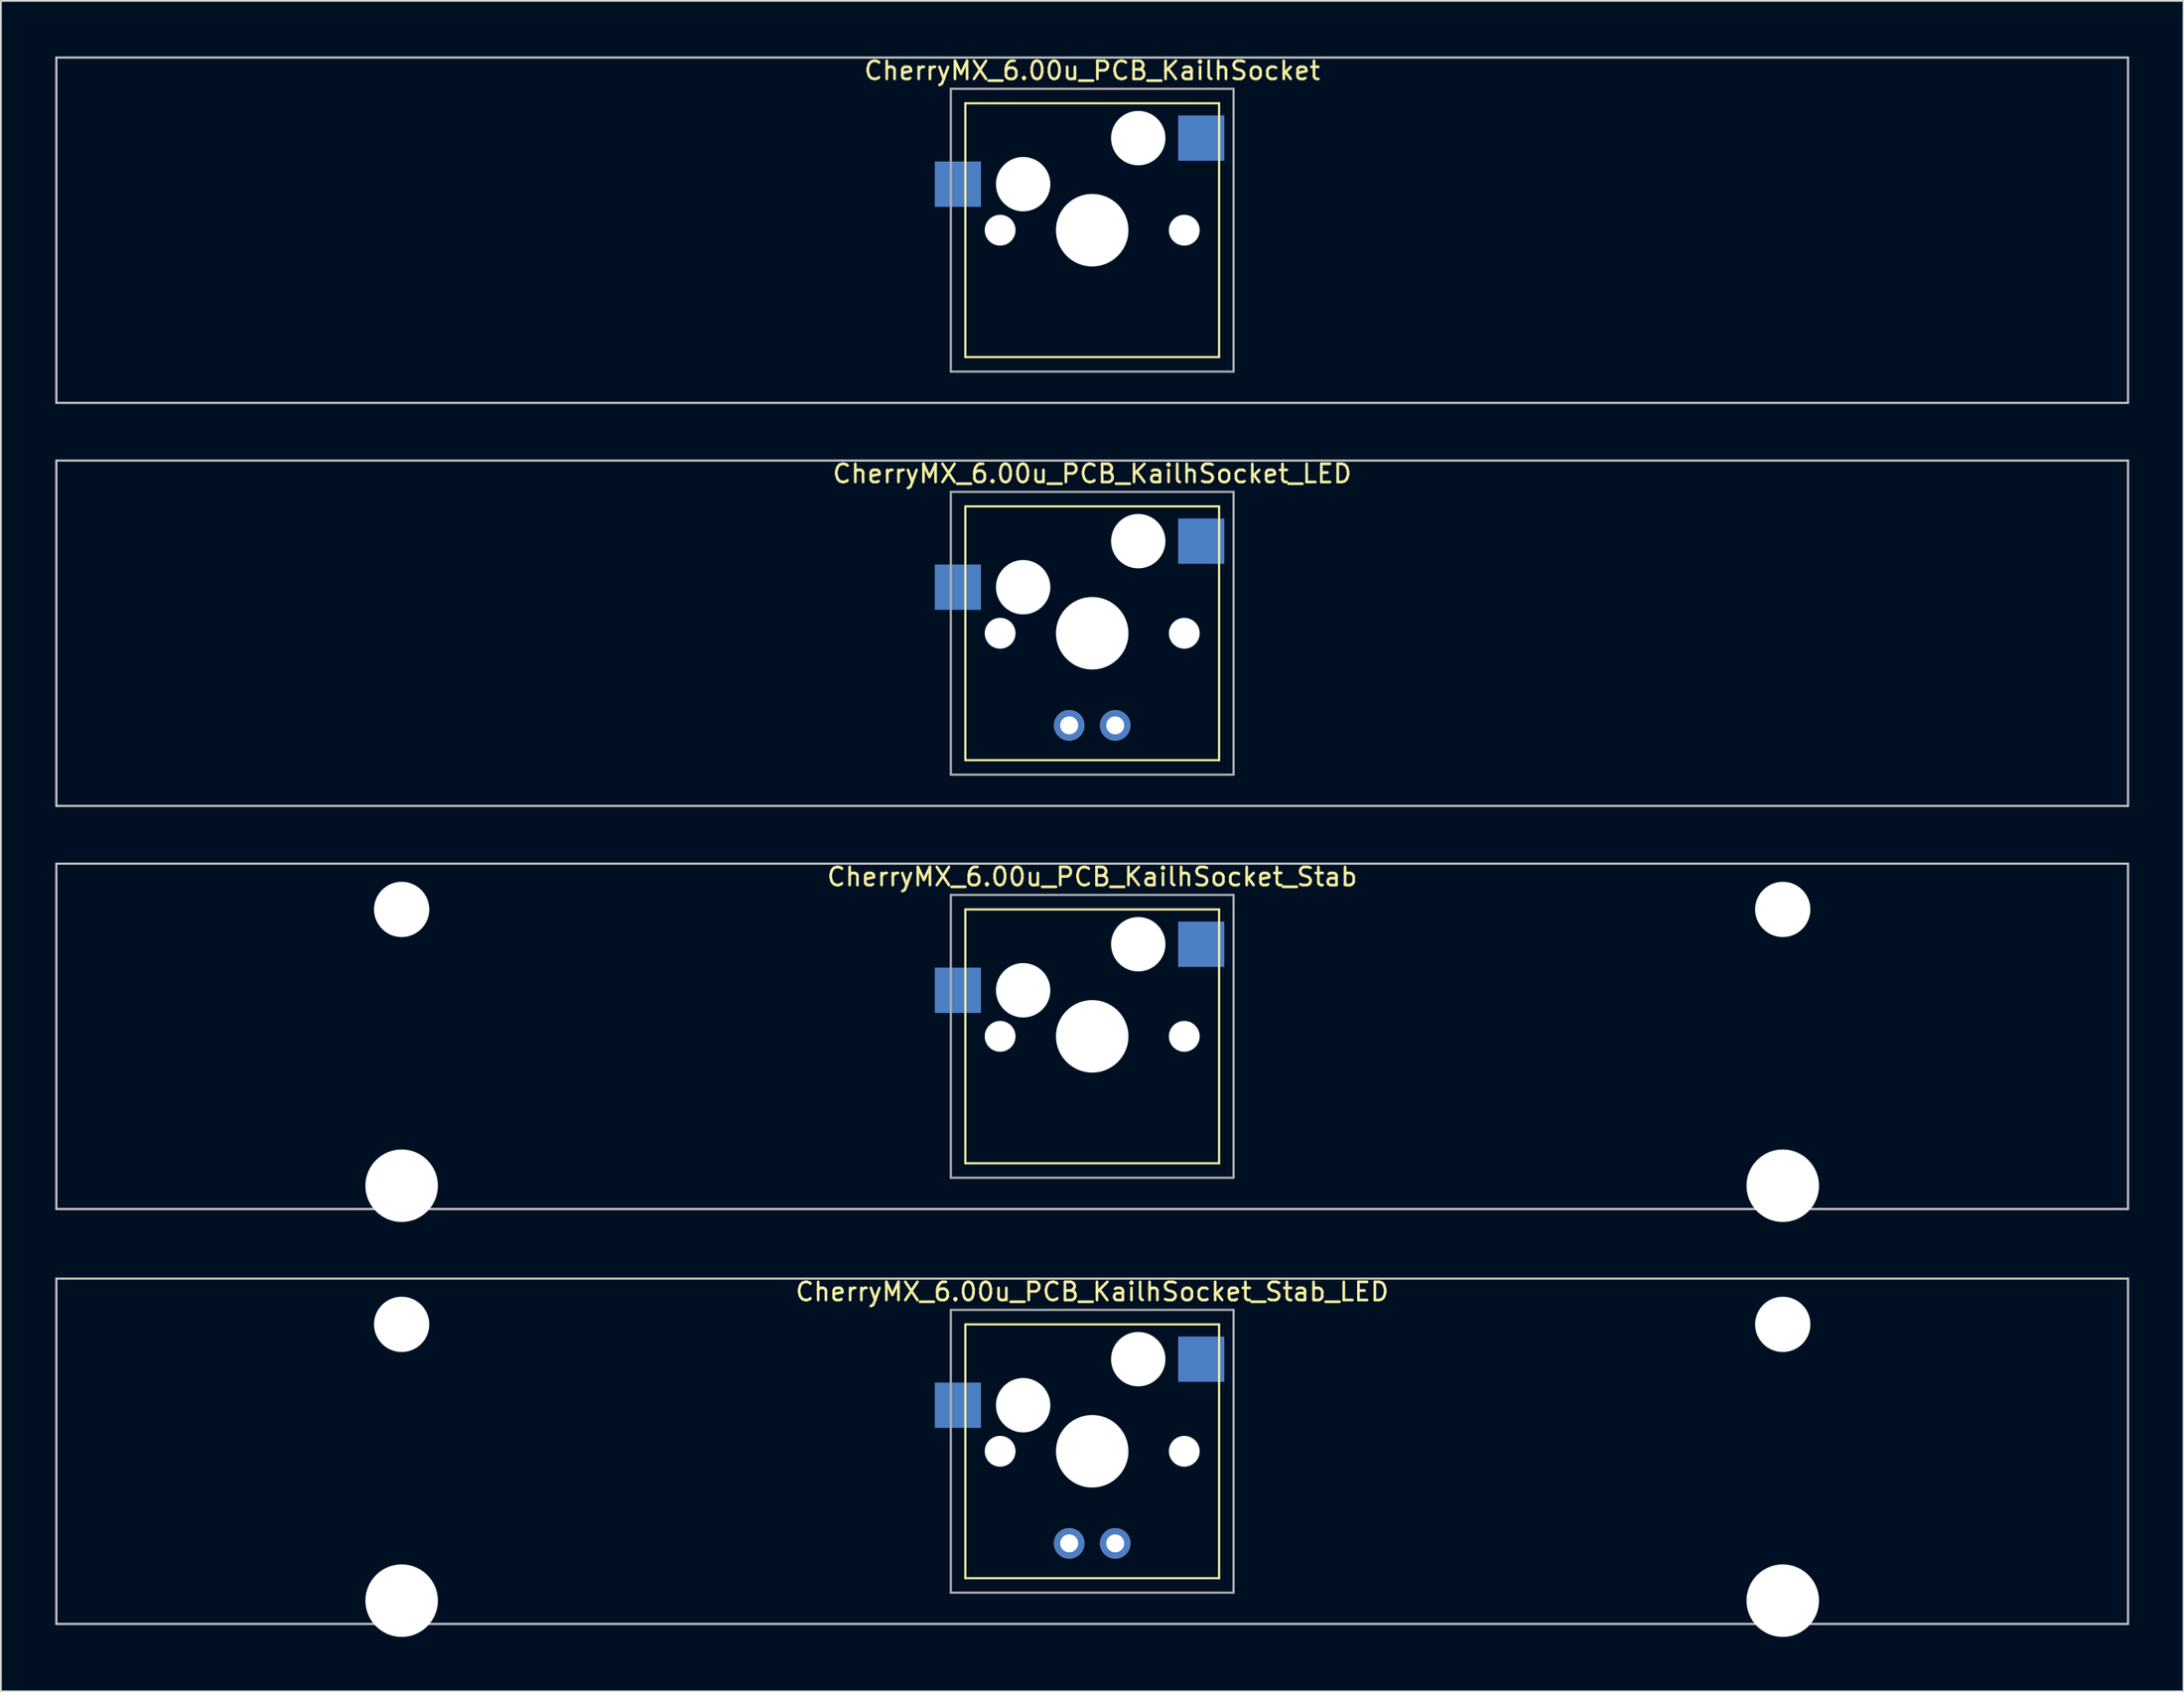
<source format=kicad_pcb>
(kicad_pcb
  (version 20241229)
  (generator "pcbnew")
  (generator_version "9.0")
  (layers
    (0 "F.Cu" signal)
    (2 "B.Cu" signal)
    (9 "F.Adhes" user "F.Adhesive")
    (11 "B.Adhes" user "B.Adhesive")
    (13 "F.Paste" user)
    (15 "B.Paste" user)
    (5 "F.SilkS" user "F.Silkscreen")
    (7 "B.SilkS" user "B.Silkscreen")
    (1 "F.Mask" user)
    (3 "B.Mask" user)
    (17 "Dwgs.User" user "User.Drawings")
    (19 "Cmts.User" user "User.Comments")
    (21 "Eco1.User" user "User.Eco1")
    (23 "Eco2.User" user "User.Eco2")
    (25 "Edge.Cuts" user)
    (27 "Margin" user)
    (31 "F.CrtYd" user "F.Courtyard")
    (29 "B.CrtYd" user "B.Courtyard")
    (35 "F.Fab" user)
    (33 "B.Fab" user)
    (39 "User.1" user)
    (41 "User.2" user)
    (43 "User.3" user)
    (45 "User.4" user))
  (footprint "CherryMX_6.00u_PCB_KailhSocket_LED"
    (layer "F.Cu")
    (at 57.21 31.881)
    (property "Reference" "CherryMX_6.00u_PCB_KailhSocket_LED" (at 0 -8.8 0) (layer "F.SilkS") (effects (font (size 1 1) (thickness 0.15))))
    (attr through_hole)
    (fp_line (start -7 -7) (end -7 7) (stroke (width 0.12) (type solid)) (layer "F.SilkS"))
    (fp_line (start -7 -7) (end 7 -7) (stroke (width 0.12) (type solid)) (layer "F.SilkS"))
    (fp_line (start 7 -7) (end 7 7) (stroke (width 0.12) (type solid)) (layer "F.SilkS"))
    (fp_line (start 7 7) (end -7 7) (stroke (width 0.12) (type solid)) (layer "F.SilkS"))
    (fp_line (start -57.15 -9.525) (end 57.15 -9.525) (stroke (width 0.12) (type solid)) (layer "Dwgs.User"))
    (fp_line (start -57.15 9.525) (end -57.15 -9.525) (stroke (width 0.12) (type solid)) (layer "Dwgs.User"))
    (fp_line (start 57.15 -9.525) (end 57.15 9.525) (stroke (width 0.12) (type solid)) (layer "Dwgs.User"))
    (fp_line (start 57.15 9.525) (end -57.15 9.525) (stroke (width 0.12) (type solid)) (layer "Dwgs.User"))
    (fp_line (start -7.8 -7.8) (end -7.8 7.8) (stroke (width 0.12) (type solid)) (layer "F.Fab"))
    (fp_line (start -7.8 -7.8) (end 7.8 -7.8) (stroke (width 0.12) (type solid)) (layer "F.Fab"))
    (fp_line (start -7.8 7.8) (end 7.8 7.8) (stroke (width 0.12) (type solid)) (layer "F.Fab"))
    (fp_line (start 7.8 -7.8) (end 7.8 7.8) (stroke (width 0.12) (type solid)) (layer "F.Fab"))
    (pad "" np_thru_hole circle (at -5.08 0) (size 1.7 1.7) (drill 1.7) (layers "*.Cu" "*.Mask"))
    (pad "" np_thru_hole circle (at -3.81 -2.54) (size 3 3) (drill 3) (layers "*.Cu" "*.Mask"))
    (pad "" np_thru_hole circle (at 0 0) (size 4 4) (drill 4) (layers "*.Cu" "*.Mask"))
    (pad "" np_thru_hole circle (at 2.54 -5.08) (size 3 3) (drill 3) (layers "*.Cu" "*.Mask"))
    (pad "" np_thru_hole circle (at 5.08 0) (size 1.7 1.7) (drill 1.7) (layers "*.Cu" "*.Mask"))
    (pad "1" smd rect (at -7.41 -2.54) (size 2.55 2.5) (layers "B.Cu" "B.Mask" "B.Paste"))
    (pad "2" smd rect (at 6.015 -5.08) (size 2.55 2.5) (layers "B.Cu" "B.Mask" "B.Paste"))
    (pad "3" thru_hole circle (at -1.27 5.08) (size 1.691 1.691) (drill 0.991) (layers "*.Cu" "*.Mask"))
    (pad "4" thru_hole circle (at 1.27 5.08) (size 1.691 1.691) (drill 0.991) (layers "*.Cu" "*.Mask")))
  (footprint "CherryMX_6.00u_PCB_KailhSocket_Stab_LED"
    (layer "F.Cu")
    (at 57.21 77.003)
    (property "Reference" "CherryMX_6.00u_PCB_KailhSocket_Stab_LED" (at 0 -8.8 0) (layer "F.SilkS") (effects (font (size 1 1) (thickness 0.15))))
    (attr through_hole)
    (fp_line (start -7 -7) (end -7 7) (stroke (width 0.12) (type solid)) (layer "F.SilkS"))
    (fp_line (start -7 -7) (end 7 -7) (stroke (width 0.12) (type solid)) (layer "F.SilkS"))
    (fp_line (start 7 -7) (end 7 7) (stroke (width 0.12) (type solid)) (layer "F.SilkS"))
    (fp_line (start 7 7) (end -7 7) (stroke (width 0.12) (type solid)) (layer "F.SilkS"))
    (fp_line (start -57.15 -9.525) (end 57.15 -9.525) (stroke (width 0.12) (type solid)) (layer "Dwgs.User"))
    (fp_line (start -57.15 9.525) (end -57.15 -9.525) (stroke (width 0.12) (type solid)) (layer "Dwgs.User"))
    (fp_line (start 57.15 -9.525) (end 57.15 9.525) (stroke (width 0.12) (type solid)) (layer "Dwgs.User"))
    (fp_line (start 57.15 9.525) (end -57.15 9.525) (stroke (width 0.12) (type solid)) (layer "Dwgs.User"))
    (fp_line (start -7.8 -7.8) (end -7.8 7.8) (stroke (width 0.12) (type solid)) (layer "F.Fab"))
    (fp_line (start -7.8 -7.8) (end 7.8 -7.8) (stroke (width 0.12) (type solid)) (layer "F.Fab"))
    (fp_line (start -7.8 7.8) (end 7.8 7.8) (stroke (width 0.12) (type solid)) (layer "F.Fab"))
    (fp_line (start 7.8 -7.8) (end 7.8 7.8) (stroke (width 0.12) (type solid)) (layer "F.Fab"))
    (pad "" np_thru_hole circle (at -38.1 -7) (size 3.05 3.05) (drill 3.05) (layers "*.Cu" "*.Mask"))
    (pad "" np_thru_hole circle (at -38.1 8.24) (size 4 4) (drill 4) (layers "*.Cu" "*.Mask"))
    (pad "" np_thru_hole circle (at -5.08 0) (size 1.7 1.7) (drill 1.7) (layers "*.Cu" "*.Mask"))
    (pad "" np_thru_hole circle (at -3.81 -2.54) (size 3 3) (drill 3) (layers "*.Cu" "*.Mask"))
    (pad "" np_thru_hole circle (at 0 0) (size 4 4) (drill 4) (layers "*.Cu" "*.Mask"))
    (pad "" np_thru_hole circle (at 2.54 -5.08) (size 3 3) (drill 3) (layers "*.Cu" "*.Mask"))
    (pad "" np_thru_hole circle (at 5.08 0) (size 1.7 1.7) (drill 1.7) (layers "*.Cu" "*.Mask"))
    (pad "" np_thru_hole circle (at 38.1 -7) (size 3.05 3.05) (drill 3.05) (layers "*.Cu" "*.Mask"))
    (pad "" np_thru_hole circle (at 38.1 8.24) (size 4 4) (drill 4) (layers "*.Cu" "*.Mask"))
    (pad "1" smd rect (at -7.41 -2.54) (size 2.55 2.5) (layers "B.Cu" "B.Mask" "B.Paste"))
    (pad "2" smd rect (at 6.015 -5.08) (size 2.55 2.5) (layers "B.Cu" "B.Mask" "B.Paste"))
    (pad "3" thru_hole circle (at -1.27 5.08) (size 1.691 1.691) (drill 0.991) (layers "*.Cu" "*.Mask"))
    (pad "4" thru_hole circle (at 1.27 5.08) (size 1.691 1.691) (drill 0.991) (layers "*.Cu" "*.Mask")))
  (footprint "CherryMX_6.00u_PCB_KailhSocket_Stab"
    (layer "F.Cu")
    (at 57.21 54.115)
    (property "Reference" "CherryMX_6.00u_PCB_KailhSocket_Stab" (at 0 -8.8 0) (layer "F.SilkS") (effects (font (size 1 1) (thickness 0.15))))
    (attr through_hole)
    (fp_line (start -7 -7) (end -7 7) (stroke (width 0.12) (type solid)) (layer "F.SilkS"))
    (fp_line (start -7 -7) (end 7 -7) (stroke (width 0.12) (type solid)) (layer "F.SilkS"))
    (fp_line (start 7 -7) (end 7 7) (stroke (width 0.12) (type solid)) (layer "F.SilkS"))
    (fp_line (start 7 7) (end -7 7) (stroke (width 0.12) (type solid)) (layer "F.SilkS"))
    (fp_line (start -57.15 -9.525) (end 57.15 -9.525) (stroke (width 0.12) (type solid)) (layer "Dwgs.User"))
    (fp_line (start -57.15 9.525) (end -57.15 -9.525) (stroke (width 0.12) (type solid)) (layer "Dwgs.User"))
    (fp_line (start 57.15 -9.525) (end 57.15 9.525) (stroke (width 0.12) (type solid)) (layer "Dwgs.User"))
    (fp_line (start 57.15 9.525) (end -57.15 9.525) (stroke (width 0.12) (type solid)) (layer "Dwgs.User"))
    (fp_line (start -7.8 -7.8) (end -7.8 7.8) (stroke (width 0.12) (type solid)) (layer "F.Fab"))
    (fp_line (start -7.8 -7.8) (end 7.8 -7.8) (stroke (width 0.12) (type solid)) (layer "F.Fab"))
    (fp_line (start -7.8 7.8) (end 7.8 7.8) (stroke (width 0.12) (type solid)) (layer "F.Fab"))
    (fp_line (start 7.8 -7.8) (end 7.8 7.8) (stroke (width 0.12) (type solid)) (layer "F.Fab"))
    (pad "" np_thru_hole circle (at -38.1 -7) (size 3.05 3.05) (drill 3.05) (layers "*.Cu" "*.Mask"))
    (pad "" np_thru_hole circle (at -38.1 8.24) (size 4 4) (drill 4) (layers "*.Cu" "*.Mask"))
    (pad "" np_thru_hole circle (at -5.08 0) (size 1.7 1.7) (drill 1.7) (layers "*.Cu" "*.Mask"))
    (pad "" np_thru_hole circle (at -3.81 -2.54) (size 3 3) (drill 3) (layers "*.Cu" "*.Mask"))
    (pad "" np_thru_hole circle (at 0 0) (size 4 4) (drill 4) (layers "*.Cu" "*.Mask"))
    (pad "" np_thru_hole circle (at 2.54 -5.08) (size 3 3) (drill 3) (layers "*.Cu" "*.Mask"))
    (pad "" np_thru_hole circle (at 5.08 0) (size 1.7 1.7) (drill 1.7) (layers "*.Cu" "*.Mask"))
    (pad "" np_thru_hole circle (at 38.1 -7) (size 3.05 3.05) (drill 3.05) (layers "*.Cu" "*.Mask"))
    (pad "" np_thru_hole circle (at 38.1 8.24) (size 4 4) (drill 4) (layers "*.Cu" "*.Mask"))
    (pad "1" smd rect (at -7.41 -2.54) (size 2.55 2.5) (layers "B.Cu" "B.Mask" "B.Paste"))
    (pad "2" smd rect (at 6.015 -5.08) (size 2.55 2.5) (layers "B.Cu" "B.Mask" "B.Paste")))
  (footprint "CherryMX_6.00u_PCB_KailhSocket"
    (layer "F.Cu")
    (at 57.21 9.648)
    (property "Reference" "CherryMX_6.00u_PCB_KailhSocket" (at 0 -8.8 0) (layer "F.SilkS") (effects (font (size 1 1) (thickness 0.15))))
    (attr through_hole)
    (fp_line (start -7 -7) (end -7 7) (stroke (width 0.12) (type solid)) (layer "F.SilkS"))
    (fp_line (start -7 -7) (end 7 -7) (stroke (width 0.12) (type solid)) (layer "F.SilkS"))
    (fp_line (start 7 -7) (end 7 7) (stroke (width 0.12) (type solid)) (layer "F.SilkS"))
    (fp_line (start 7 7) (end -7 7) (stroke (width 0.12) (type solid)) (layer "F.SilkS"))
    (fp_line (start -57.15 -9.525) (end 57.15 -9.525) (stroke (width 0.12) (type solid)) (layer "Dwgs.User"))
    (fp_line (start -57.15 9.525) (end -57.15 -9.525) (stroke (width 0.12) (type solid)) (layer "Dwgs.User"))
    (fp_line (start 57.15 -9.525) (end 57.15 9.525) (stroke (width 0.12) (type solid)) (layer "Dwgs.User"))
    (fp_line (start 57.15 9.525) (end -57.15 9.525) (stroke (width 0.12) (type solid)) (layer "Dwgs.User"))
    (fp_line (start -7.8 -7.8) (end -7.8 7.8) (stroke (width 0.12) (type solid)) (layer "F.Fab"))
    (fp_line (start -7.8 -7.8) (end 7.8 -7.8) (stroke (width 0.12) (type solid)) (layer "F.Fab"))
    (fp_line (start -7.8 7.8) (end 7.8 7.8) (stroke (width 0.12) (type solid)) (layer "F.Fab"))
    (fp_line (start 7.8 -7.8) (end 7.8 7.8) (stroke (width 0.12) (type solid)) (layer "F.Fab"))
    (pad "" np_thru_hole circle (at -5.08 0) (size 1.7 1.7) (drill 1.7) (layers "*.Cu" "*.Mask"))
    (pad "" np_thru_hole circle (at -3.81 -2.54) (size 3 3) (drill 3) (layers "*.Cu" "*.Mask"))
    (pad "" np_thru_hole circle (at 0 0) (size 4 4) (drill 4) (layers "*.Cu" "*.Mask"))
    (pad "" np_thru_hole circle (at 2.54 -5.08) (size 3 3) (drill 3) (layers "*.Cu" "*.Mask"))
    (pad "" np_thru_hole circle (at 5.08 0) (size 1.7 1.7) (drill 1.7) (layers "*.Cu" "*.Mask"))
    (pad "1" smd rect (at -7.41 -2.54) (size 2.55 2.5) (layers "B.Cu" "B.Mask" "B.Paste"))
    (pad "2" smd rect (at 6.015 -5.08) (size 2.55 2.5) (layers "B.Cu" "B.Mask" "B.Paste")))
  (gr_rect
    (start -3 -3)
    (end 117.42 90.243)
    (stroke (width 0.1) (type default))
    (fill no)
    (layer "Edge.Cuts")))
</source>
